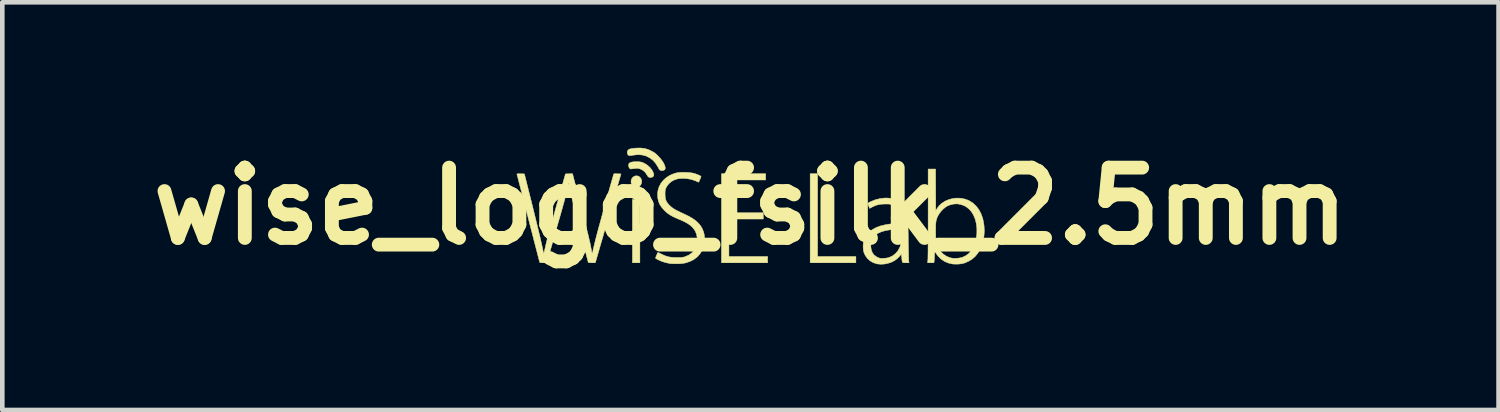
<source format=kicad_pcb>
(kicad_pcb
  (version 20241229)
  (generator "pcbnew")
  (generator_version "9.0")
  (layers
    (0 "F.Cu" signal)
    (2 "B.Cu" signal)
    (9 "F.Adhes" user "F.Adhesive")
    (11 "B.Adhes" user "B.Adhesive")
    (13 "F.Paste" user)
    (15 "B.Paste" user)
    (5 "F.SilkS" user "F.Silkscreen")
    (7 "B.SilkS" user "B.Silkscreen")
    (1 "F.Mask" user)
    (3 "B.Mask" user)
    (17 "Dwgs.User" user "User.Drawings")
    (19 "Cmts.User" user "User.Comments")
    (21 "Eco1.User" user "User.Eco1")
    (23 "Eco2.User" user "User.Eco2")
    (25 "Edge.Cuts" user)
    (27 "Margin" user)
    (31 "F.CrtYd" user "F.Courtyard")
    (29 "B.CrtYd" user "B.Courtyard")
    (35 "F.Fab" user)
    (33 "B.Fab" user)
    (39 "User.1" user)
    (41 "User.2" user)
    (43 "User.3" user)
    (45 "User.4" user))
  (footprint "wise_logo_fsilk_2.5mm"
    (layer "F.Cu")
    (at 13.215 1.418)
    (property "Reference" "wise_logo_fsilk_2.5mm" (at 0 0 0) (layer "F.SilkS") (effects (font (size 1.524 1.524) (thickness 0.3))))
    (attr through_hole)
    (fp_poly (pts (xy -2.396 1.228) (xy -2.557 1.228) (xy -2.557 -0.144) (xy -2.396 -0.144) (xy -2.396 1.228)) (stroke (width 0.01) (type solid)) (fill yes) (layer "F.SilkS"))
    (fp_poly (pts (xy 1.456 1.092) (xy 2.286 1.092) (xy 2.286 1.228) (xy 1.295 1.228) (xy 1.295 -0.703) (xy 1.456 -0.703) (xy 1.456 1.092)) (stroke (width 0.01) (type solid)) (fill yes) (layer "F.SilkS"))
    (fp_poly (pts (xy 0.33 -0.567) (xy -0.466 -0.567) (xy -0.466 0.144) (xy 0.279 0.144) (xy 0.279 0.279) (xy -0.466 0.279) (xy -0.466 1.092) (xy 0.373 1.092) (xy 0.373 1.228) (xy -0.627 1.228) (xy -0.627 -0.703) (xy 0.33 -0.703) (xy 0.33 -0.567)) (stroke (width 0.01) (type solid)) (fill yes) (layer "F.SilkS"))
    (fp_poly (pts (xy -2.434 -0.652) (xy -2.399 -0.632) (xy -2.372 -0.598) (xy -2.369 -0.592) (xy -2.356 -0.55) (xy -2.358 -0.507) (xy -2.373 -0.467) (xy -2.4 -0.434) (xy -2.405 -0.43) (xy -2.438 -0.415) (xy -2.477 -0.41) (xy -2.514 -0.416) (xy -2.52 -0.418) (xy -2.552 -0.441) (xy -2.575 -0.475) (xy -2.587 -0.515) (xy -2.586 -0.556) (xy -2.572 -0.595) (xy -2.572 -0.596) (xy -2.544 -0.63) (xy -2.509 -0.651) (xy -2.471 -0.658) (xy -2.434 -0.652)) (stroke (width 0.01) (type solid)) (fill yes) (layer "F.SilkS"))
    (fp_poly (pts (xy -2.448 -0.964) (xy -2.406 -0.961) (xy -2.375 -0.957) (xy -2.348 -0.95) (xy -2.318 -0.938) (xy -2.302 -0.93) (xy -2.236 -0.89) (xy -2.178 -0.839) (xy -2.132 -0.779) (xy -2.117 -0.752) (xy -2.1 -0.714) (xy -2.093 -0.686) (xy -2.095 -0.664) (xy -2.106 -0.644) (xy -2.106 -0.644) (xy -2.129 -0.628) (xy -2.159 -0.621) (xy -2.189 -0.623) (xy -2.208 -0.631) (xy -2.223 -0.646) (xy -2.239 -0.671) (xy -2.248 -0.685) (xy -2.281 -0.734) (xy -2.326 -0.774) (xy -2.377 -0.802) (xy -2.433 -0.818) (xy -2.484 -0.818) (xy -2.519 -0.814) (xy -2.555 -0.81) (xy -2.566 -0.808) (xy -2.591 -0.806) (xy -2.606 -0.809) (xy -2.619 -0.82) (xy -2.623 -0.826) (xy -2.638 -0.855) (xy -2.641 -0.89) (xy -2.634 -0.922) (xy -2.633 -0.923) (xy -2.616 -0.939) (xy -2.585 -0.951) (xy -2.542 -0.96) (xy -2.491 -0.964) (xy -2.448 -0.964)) (stroke (width 0.01) (type solid)) (fill yes) (layer "F.SilkS"))
    (fp_poly (pts (xy -2.314 -1.253) (xy -2.252 -1.239) (xy -2.19 -1.216) (xy -2.148 -1.196) (xy -2.108 -1.174) (xy -2.074 -1.153) (xy -2.042 -1.127) (xy -2.006 -1.092) (xy -1.998 -1.084) (xy -1.952 -1.034) (xy -1.913 -0.983) (xy -1.882 -0.934) (xy -1.86 -0.889) (xy -1.848 -0.848) (xy -1.846 -0.815) (xy -1.856 -0.791) (xy -1.864 -0.784) (xy -1.888 -0.774) (xy -1.918 -0.771) (xy -1.946 -0.774) (xy -1.966 -0.785) (xy -1.966 -0.785) (xy -1.977 -0.8) (xy -1.992 -0.825) (xy -2.008 -0.854) (xy -2.01 -0.858) (xy -2.059 -0.935) (xy -2.118 -0.999) (xy -2.187 -1.05) (xy -2.263 -1.087) (xy -2.346 -1.109) (xy -2.434 -1.116) (xy -2.527 -1.107) (xy -2.539 -1.105) (xy -2.586 -1.097) (xy -2.619 -1.095) (xy -2.641 -1.101) (xy -2.656 -1.114) (xy -2.665 -1.136) (xy -2.666 -1.139) (xy -2.67 -1.17) (xy -2.663 -1.198) (xy -2.663 -1.199) (xy -2.649 -1.218) (xy -2.626 -1.234) (xy -2.591 -1.245) (xy -2.542 -1.253) (xy -2.479 -1.258) (xy -2.458 -1.259) (xy -2.381 -1.26) (xy -2.314 -1.253)) (stroke (width 0.01) (type solid)) (fill yes) (layer "F.SilkS"))
    (fp_poly (pts (xy 4.015 -0.353) (xy 4.017 0.097) (xy 4.041 0.058) (xy 4.088 -0.007) (xy 4.148 -0.062) (xy 4.217 -0.107) (xy 4.295 -0.141) (xy 4.377 -0.163) (xy 4.463 -0.174) (xy 4.55 -0.172) (xy 4.635 -0.157) (xy 4.718 -0.129) (xy 4.75 -0.113) (xy 4.826 -0.064) (xy 4.893 -0.000448) (xy 4.951 0.075) (xy 4.998 0.163) (xy 5.033 0.26) (xy 5.046 0.313) (xy 5.064 0.423) (xy 5.07 0.534) (xy 5.063 0.642) (xy 5.046 0.747) (xy 5.017 0.845) (xy 4.979 0.936) (xy 4.93 1.018) (xy 4.873 1.089) (xy 4.807 1.146) (xy 4.806 1.147) (xy 4.729 1.194) (xy 4.649 1.23) (xy 4.611 1.241) (xy 4.566 1.25) (xy 4.51 1.256) (xy 4.451 1.257) (xy 4.396 1.255) (xy 4.369 1.252) (xy 4.281 1.23) (xy 4.199 1.193) (xy 4.126 1.142) (xy 4.063 1.078) (xy 4.033 1.036) (xy 4.016 1.011) (xy 4.006 0.999) (xy 4 0.998) (xy 3.996 1.006) (xy 3.995 1.008) (xy 3.992 1.027) (xy 3.99 1.056) (xy 3.989 1.09) (xy 3.989 1.096) (xy 3.987 1.134) (xy 3.985 1.168) (xy 3.983 1.194) (xy 3.982 1.196) (xy 3.977 1.228) (xy 3.841 1.228) (xy 3.847 1.15) (xy 3.848 1.131) (xy 3.848 1.097) (xy 3.849 1.048) (xy 3.85 0.985) (xy 3.85 0.911) (xy 3.851 0.825) (xy 3.851 0.73) (xy 3.852 0.626) (xy 3.852 0.515) (xy 3.852 0.488) (xy 4.014 0.488) (xy 4.015 0.563) (xy 4.015 0.584) (xy 4.016 0.649) (xy 4.017 0.7) (xy 4.019 0.739) (xy 4.021 0.769) (xy 4.023 0.792) (xy 4.027 0.81) (xy 4.032 0.827) (xy 4.038 0.842) (xy 4.077 0.92) (xy 4.127 0.989) (xy 4.187 1.045) (xy 4.254 1.089) (xy 4.328 1.118) (xy 4.356 1.125) (xy 4.403 1.131) (xy 4.459 1.131) (xy 4.517 1.126) (xy 4.569 1.116) (xy 4.592 1.11) (xy 4.667 1.075) (xy 4.732 1.027) (xy 4.788 0.965) (xy 4.834 0.891) (xy 4.869 0.806) (xy 4.894 0.709) (xy 4.907 0.602) (xy 4.908 0.583) (xy 4.908 0.474) (xy 4.895 0.372) (xy 4.871 0.279) (xy 4.835 0.194) (xy 4.79 0.12) (xy 4.734 0.058) (xy 4.669 0.009) (xy 4.637 -0.008) (xy 4.559 -0.037) (xy 4.48 -0.05) (xy 4.399 -0.045) (xy 4.318 -0.024) (xy 4.267 -0.002) (xy 4.224 0.025) (xy 4.179 0.063) (xy 4.135 0.108) (xy 4.097 0.157) (xy 4.07 0.2) (xy 4.053 0.234) (xy 4.04 0.267) (xy 4.03 0.3) (xy 4.022 0.336) (xy 4.018 0.377) (xy 4.015 0.427) (xy 4.014 0.488) (xy 3.852 0.488) (xy 3.852 0.398) (xy 3.852 0.275) (xy 3.852 0.149) (xy 3.852 0.134) (xy 3.852 -0.804) (xy 4.013 -0.804) (xy 4.015 -0.353)) (stroke (width 0.01) (type solid)) (fill yes) (layer "F.SilkS"))
    (fp_poly (pts (xy -1.389 -0.731) (xy -1.326 -0.727) (xy -1.27 -0.72) (xy -1.233 -0.713) (xy -1.19 -0.7) (xy -1.15 -0.685) (xy -1.115 -0.671) (xy -1.088 -0.657) (xy -1.072 -0.646) (xy -1.07 -0.64) (xy -1.089 -0.591) (xy -1.104 -0.556) (xy -1.114 -0.533) (xy -1.121 -0.521) (xy -1.125 -0.519) (xy -1.125 -0.519) (xy -1.206 -0.555) (xy -1.294 -0.582) (xy -1.385 -0.598) (xy -1.475 -0.602) (xy -1.56 -0.595) (xy -1.577 -0.592) (xy -1.65 -0.568) (xy -1.716 -0.532) (xy -1.771 -0.483) (xy -1.815 -0.424) (xy -1.827 -0.4) (xy -1.838 -0.375) (xy -1.844 -0.353) (xy -1.848 -0.329) (xy -1.85 -0.296) (xy -1.85 -0.262) (xy -1.847 -0.2) (xy -1.839 -0.15) (xy -1.823 -0.107) (xy -1.798 -0.067) (xy -1.762 -0.026) (xy -1.749 -0.013) (xy -1.721 0.013) (xy -1.693 0.036) (xy -1.66 0.058) (xy -1.622 0.081) (xy -1.575 0.105) (xy -1.518 0.133) (xy -1.447 0.166) (xy -1.44 0.169) (xy -1.338 0.218) (xy -1.252 0.268) (xy -1.181 0.319) (xy -1.123 0.374) (xy -1.076 0.432) (xy -1.04 0.496) (xy -1.014 0.563) (xy -1.002 0.614) (xy -0.996 0.675) (xy -0.995 0.739) (xy -0.998 0.801) (xy -1.007 0.855) (xy -1.011 0.867) (xy -1.046 0.956) (xy -1.093 1.034) (xy -1.153 1.101) (xy -1.226 1.156) (xy -1.311 1.199) (xy -1.399 1.229) (xy -1.45 1.239) (xy -1.512 1.246) (xy -1.58 1.249) (xy -1.649 1.249) (xy -1.713 1.246) (xy -1.754 1.241) (xy -1.799 1.232) (xy -1.848 1.22) (xy -1.891 1.207) (xy -1.894 1.206) (xy -1.931 1.193) (xy -1.968 1.177) (xy -2.003 1.161) (xy -2.031 1.146) (xy -2.051 1.133) (xy -2.057 1.126) (xy -2.054 1.115) (xy -2.046 1.094) (xy -2.04 1.078) (xy -2.028 1.051) (xy -2.018 1.027) (xy -2.015 1.019) (xy -2.011 1.01) (xy -2.005 1.006) (xy -1.995 1.008) (xy -1.976 1.016) (xy -1.947 1.031) (xy -1.935 1.036) (xy -1.873 1.066) (xy -1.815 1.087) (xy -1.757 1.102) (xy -1.693 1.11) (xy -1.62 1.113) (xy -1.596 1.113) (xy -1.544 1.113) (xy -1.505 1.112) (xy -1.475 1.109) (xy -1.451 1.105) (xy -1.427 1.099) (xy -1.412 1.094) (xy -1.335 1.06) (xy -1.271 1.015) (xy -1.221 0.961) (xy -1.184 0.897) (xy -1.161 0.824) (xy -1.154 0.762) (xy -1.155 0.676) (xy -1.171 0.599) (xy -1.202 0.53) (xy -1.247 0.469) (xy -1.268 0.447) (xy -1.311 0.41) (xy -1.361 0.376) (xy -1.42 0.343) (xy -1.491 0.309) (xy -1.55 0.284) (xy -1.623 0.252) (xy -1.684 0.224) (xy -1.734 0.196) (xy -1.778 0.167) (xy -1.819 0.135) (xy -1.859 0.098) (xy -1.864 0.093) (xy -1.919 0.031) (xy -1.961 -0.03) (xy -1.989 -0.095) (xy -2.007 -0.167) (xy -2.007 -0.169) (xy -2.013 -0.257) (xy -2.004 -0.341) (xy -1.979 -0.421) (xy -1.94 -0.494) (xy -1.888 -0.56) (xy -1.823 -0.618) (xy -1.747 -0.667) (xy -1.66 -0.704) (xy -1.617 -0.717) (xy -1.573 -0.726) (xy -1.518 -0.731) (xy -1.455 -0.733) (xy -1.389 -0.731)) (stroke (width 0.01) (type solid)) (fill yes) (layer "F.SilkS"))
    (fp_poly (pts (xy 2.988 -0.175) (xy 3.08 -0.162) (xy 3.161 -0.136) (xy 3.231 -0.098) (xy 3.289 -0.048) (xy 3.337 0.016) (xy 3.375 0.094) (xy 3.397 0.16) (xy 3.401 0.174) (xy 3.404 0.19) (xy 3.407 0.207) (xy 3.409 0.228) (xy 3.411 0.254) (xy 3.413 0.286) (xy 3.414 0.326) (xy 3.416 0.376) (xy 3.417 0.436) (xy 3.418 0.51) (xy 3.42 0.596) (xy 3.421 0.699) (xy 3.421 0.703) (xy 3.422 0.792) (xy 3.424 0.876) (xy 3.425 0.955) (xy 3.427 1.025) (xy 3.428 1.086) (xy 3.43 1.137) (xy 3.431 1.174) (xy 3.433 1.197) (xy 3.434 1.204) (xy 3.439 1.228) (xy 3.367 1.228) (xy 3.336 1.228) (xy 3.314 1.226) (xy 3.3 1.221) (xy 3.292 1.208) (xy 3.287 1.186) (xy 3.283 1.152) (xy 3.28 1.115) (xy 3.277 1.082) (xy 3.273 1.057) (xy 3.269 1.043) (xy 3.267 1.041) (xy 3.26 1.048) (xy 3.26 1.049) (xy 3.253 1.062) (xy 3.237 1.082) (xy 3.213 1.107) (xy 3.185 1.133) (xy 3.155 1.158) (xy 3.129 1.177) (xy 3.061 1.213) (xy 2.984 1.239) (xy 2.903 1.255) (xy 2.823 1.259) (xy 2.747 1.252) (xy 2.738 1.25) (xy 2.661 1.224) (xy 2.593 1.185) (xy 2.535 1.133) (xy 2.49 1.07) (xy 2.462 1.01) (xy 2.45 0.963) (xy 2.444 0.907) (xy 2.444 0.882) (xy 2.61 0.882) (xy 2.621 0.952) (xy 2.645 1.012) (xy 2.682 1.06) (xy 2.733 1.098) (xy 2.765 1.114) (xy 2.792 1.125) (xy 2.815 1.13) (xy 2.842 1.133) (xy 2.876 1.132) (xy 2.891 1.131) (xy 2.954 1.125) (xy 3.006 1.113) (xy 3.016 1.109) (xy 3.085 1.075) (xy 3.146 1.027) (xy 3.197 0.968) (xy 3.234 0.9) (xy 3.243 0.879) (xy 3.249 0.86) (xy 3.253 0.84) (xy 3.256 0.816) (xy 3.258 0.785) (xy 3.259 0.745) (xy 3.26 0.692) (xy 3.26 0.664) (xy 3.26 0.497) (xy 3.143 0.503) (xy 3.025 0.513) (xy 2.922 0.531) (xy 2.834 0.557) (xy 2.76 0.591) (xy 2.701 0.634) (xy 2.656 0.685) (xy 2.626 0.744) (xy 2.611 0.811) (xy 2.61 0.882) (xy 2.444 0.882) (xy 2.443 0.848) (xy 2.448 0.791) (xy 2.459 0.745) (xy 2.489 0.673) (xy 2.531 0.61) (xy 2.578 0.56) (xy 2.644 0.509) (xy 2.721 0.466) (xy 2.812 0.431) (xy 2.917 0.405) (xy 3.035 0.386) (xy 3.156 0.376) (xy 3.26 0.37) (xy 3.26 0.314) (xy 3.253 0.227) (xy 3.234 0.151) (xy 3.203 0.086) (xy 3.159 0.033) (xy 3.104 -0.009) (xy 3.078 -0.023) (xy 3.055 -0.033) (xy 3.035 -0.04) (xy 3.013 -0.044) (xy 2.986 -0.046) (xy 2.948 -0.046) (xy 2.921 -0.046) (xy 2.843 -0.043) (xy 2.776 -0.033) (xy 2.714 -0.015) (xy 2.652 0.013) (xy 2.636 0.021) (xy 2.584 0.049) (xy 2.567 0.006) (xy 2.557 -0.021) (xy 2.548 -0.043) (xy 2.545 -0.051) (xy 2.546 -0.06) (xy 2.557 -0.071) (xy 2.581 -0.085) (xy 2.601 -0.095) (xy 2.704 -0.137) (xy 2.81 -0.164) (xy 2.915 -0.176) (xy 2.988 -0.175)) (stroke (width 0.01) (type solid)) (fill yes) (layer "F.SilkS"))
    (fp_poly (pts (xy -3.685 -0.041) (xy -3.647 0.106) (xy -3.614 0.238) (xy -3.584 0.355) (xy -3.558 0.46) (xy -3.535 0.552) (xy -3.515 0.632) (xy -3.499 0.703) (xy -3.484 0.765) (xy -3.472 0.818) (xy -3.463 0.865) (xy -3.455 0.906) (xy -3.448 0.942) (xy -3.445 0.959) (xy -3.439 0.995) (xy -3.433 1.014) (xy -3.427 1.017) (xy -3.421 1.003) (xy -3.417 0.984) (xy -3.409 0.944) (xy -3.396 0.889) (xy -3.38 0.822) (xy -3.361 0.744) (xy -3.339 0.657) (xy -3.314 0.563) (xy -3.288 0.464) (xy -3.276 0.423) (xy -3.255 0.346) (xy -3.232 0.263) (xy -3.208 0.176) (xy -3.183 0.086) (xy -3.158 -0.006) (xy -3.132 -0.098) (xy -3.107 -0.188) (xy -3.082 -0.276) (xy -3.059 -0.359) (xy -3.037 -0.437) (xy -3.017 -0.507) (xy -2.999 -0.569) (xy -2.985 -0.62) (xy -2.973 -0.66) (xy -2.965 -0.687) (xy -2.961 -0.699) (xy -2.961 -0.7) (xy -2.951 -0.701) (xy -2.929 -0.702) (xy -2.897 -0.701) (xy -2.881 -0.701) (xy -2.805 -0.699) (xy -3.069 0.216) (xy -3.104 0.338) (xy -3.138 0.455) (xy -3.171 0.568) (xy -3.201 0.675) (xy -3.23 0.774) (xy -3.257 0.865) (xy -3.28 0.947) (xy -3.301 1.019) (xy -3.318 1.078) (xy -3.332 1.125) (xy -3.341 1.159) (xy -3.347 1.177) (xy -3.347 1.179) (xy -3.362 1.228) (xy -3.437 1.228) (xy -3.474 1.227) (xy -3.497 1.225) (xy -3.51 1.222) (xy -3.516 1.216) (xy -3.517 1.213) (xy -3.52 1.203) (xy -3.526 1.177) (xy -3.536 1.138) (xy -3.55 1.086) (xy -3.566 1.022) (xy -3.585 0.949) (xy -3.606 0.866) (xy -3.629 0.776) (xy -3.653 0.68) (xy -3.679 0.578) (xy -3.691 0.533) (xy -3.727 0.393) (xy -3.759 0.267) (xy -3.787 0.155) (xy -3.811 0.057) (xy -3.833 -0.03) (xy -3.851 -0.106) (xy -3.867 -0.173) (xy -3.88 -0.231) (xy -3.892 -0.282) (xy -3.901 -0.328) (xy -3.909 -0.368) (xy -3.916 -0.404) (xy -3.921 -0.434) (xy -3.926 -0.465) (xy -3.932 -0.488) (xy -3.936 -0.499) (xy -3.937 -0.5) (xy -3.942 -0.492) (xy -3.947 -0.473) (xy -3.949 -0.464) (xy -3.954 -0.434) (xy -3.961 -0.399) (xy -3.97 -0.358) (xy -3.982 -0.309) (xy -3.997 -0.252) (xy -4.014 -0.186) (xy -4.035 -0.108) (xy -4.06 -0.019) (xy -4.088 0.083) (xy -4.121 0.2) (xy -4.15 0.299) (xy -4.178 0.398) (xy -4.206 0.497) (xy -4.234 0.595) (xy -4.26 0.689) (xy -4.285 0.777) (xy -4.308 0.857) (xy -4.328 0.928) (xy -4.345 0.986) (xy -4.357 1.03) (xy -4.358 1.031) (xy -4.414 1.228) (xy -4.489 1.228) (xy -4.53 1.227) (xy -4.555 1.224) (xy -4.567 1.218) (xy -4.568 1.217) (xy -4.57 1.208) (xy -4.577 1.183) (xy -4.587 1.144) (xy -4.601 1.091) (xy -4.617 1.027) (xy -4.637 0.951) (xy -4.659 0.865) (xy -4.684 0.77) (xy -4.71 0.667) (xy -4.739 0.556) (xy -4.769 0.44) (xy -4.8 0.319) (xy -4.813 0.267) (xy -4.845 0.144) (xy -4.875 0.025) (xy -4.905 -0.088) (xy -4.932 -0.195) (xy -4.957 -0.294) (xy -4.981 -0.384) (xy -5.002 -0.465) (xy -5.02 -0.534) (xy -5.035 -0.593) (xy -5.046 -0.638) (xy -5.055 -0.669) (xy -5.059 -0.686) (xy -5.06 -0.688) (xy -5.061 -0.695) (xy -5.056 -0.699) (xy -5.043 -0.701) (xy -5.019 -0.702) (xy -4.982 -0.701) (xy -4.899 -0.699) (xy -4.765 -0.165) (xy -4.724 -0.001) (xy -4.686 0.153) (xy -4.651 0.296) (xy -4.619 0.428) (xy -4.59 0.547) (xy -4.564 0.654) (xy -4.543 0.747) (xy -4.525 0.825) (xy -4.511 0.889) (xy -4.501 0.937) (xy -4.499 0.946) (xy -4.492 0.98) (xy -4.486 1.006) (xy -4.481 1.022) (xy -4.479 1.024) (xy -4.476 1.017) (xy -4.47 0.995) (xy -4.462 0.962) (xy -4.453 0.922) (xy -4.447 0.895) (xy -4.441 0.867) (xy -4.433 0.834) (xy -4.424 0.795) (xy -4.413 0.75) (xy -4.399 0.698) (xy -4.383 0.637) (xy -4.364 0.568) (xy -4.342 0.489) (xy -4.317 0.399) (xy -4.289 0.297) (xy -4.257 0.183) (xy -4.222 0.056) (xy -4.182 -0.086) (xy -4.137 -0.243) (xy -4.121 -0.301) (xy -4.009 -0.699) (xy -3.932 -0.701) (xy -3.855 -0.703) (xy -3.685 -0.041)) (stroke (width 0.01) (type solid)) (fill yes) (layer "F.SilkS")))
  (gr_rect
    (start -3 -3)
    (end 29.431 5.836)
    (stroke (width 0.1) (type default))
    (fill no)
    (layer "Edge.Cuts")))
</source>
